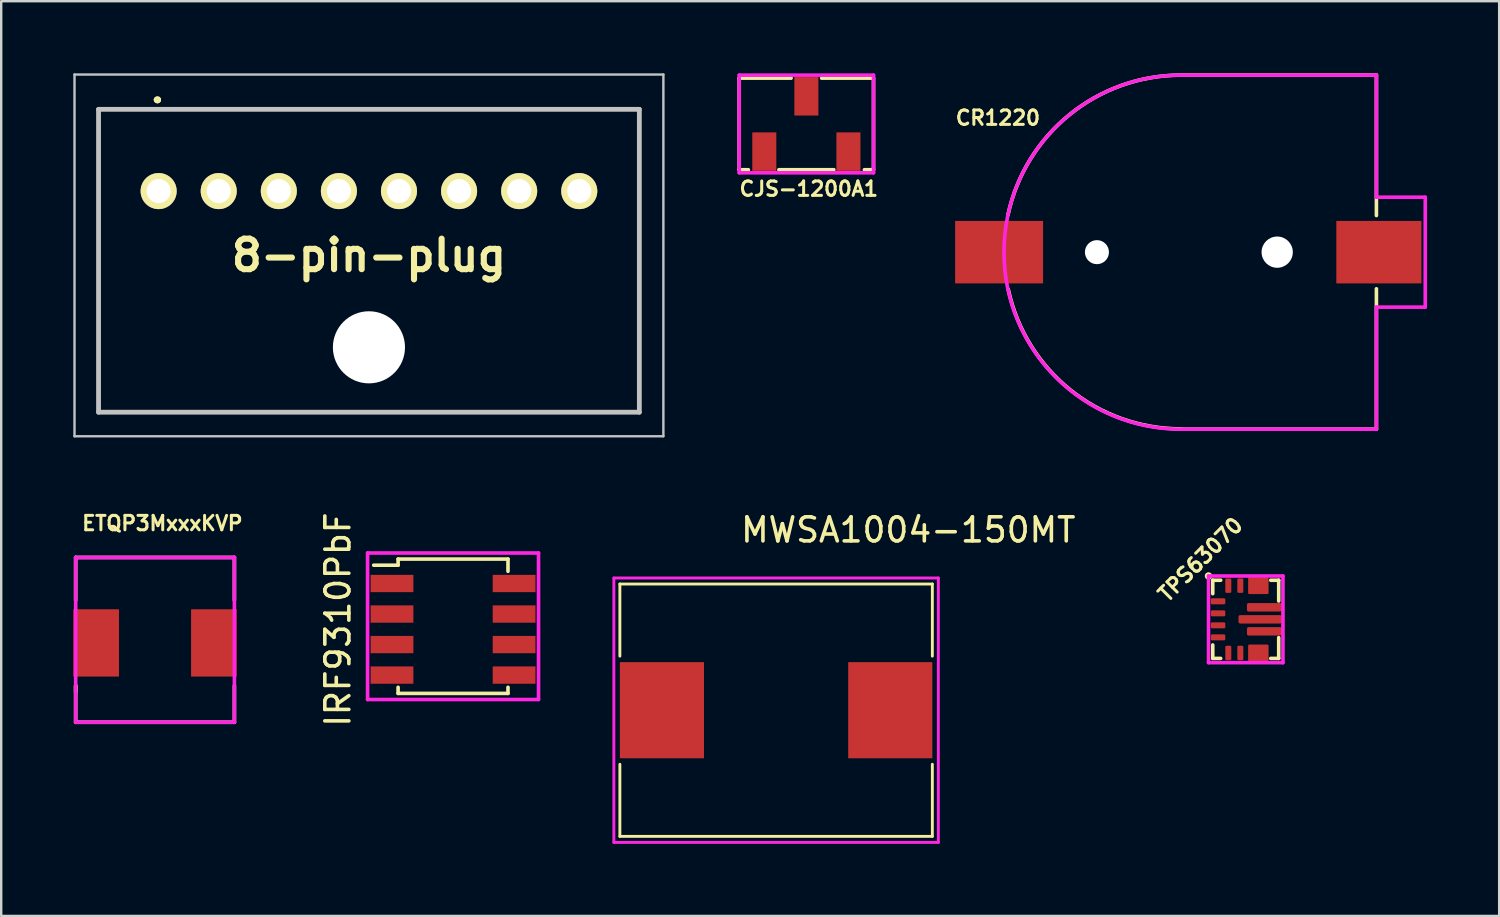
<source format=kicad_pcb>
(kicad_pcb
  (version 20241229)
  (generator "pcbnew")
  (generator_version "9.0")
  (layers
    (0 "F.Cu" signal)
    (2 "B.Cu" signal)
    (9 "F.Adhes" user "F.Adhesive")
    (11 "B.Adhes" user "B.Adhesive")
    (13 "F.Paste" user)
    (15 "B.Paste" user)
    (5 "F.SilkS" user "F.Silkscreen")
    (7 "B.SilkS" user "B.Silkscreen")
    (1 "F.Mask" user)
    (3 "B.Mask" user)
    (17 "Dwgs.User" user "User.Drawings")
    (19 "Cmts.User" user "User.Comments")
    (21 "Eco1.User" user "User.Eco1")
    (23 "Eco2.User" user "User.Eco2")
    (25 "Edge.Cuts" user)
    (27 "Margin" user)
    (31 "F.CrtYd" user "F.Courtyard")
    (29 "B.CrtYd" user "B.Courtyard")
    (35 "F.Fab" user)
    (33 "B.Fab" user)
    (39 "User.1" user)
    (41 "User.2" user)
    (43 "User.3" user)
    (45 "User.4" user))
  (footprint "TPS63070"
    (layer "F.Cu")
    (at 48.779 22.717)
    (property "Reference" "TPS63070" (at -1.882 -2.487 225) (layer "F.SilkS") (effects (font (size 0.6 0.6) (thickness 0.125))))
    (attr smd)
    (fp_line (start -1.372 -1.626) (end -1.041 -1.626) (stroke (width 0.15) (type solid)) (layer "F.SilkS"))
    (fp_line (start -1.372 -1.067) (end -1.372 -1.626) (stroke (width 0.15) (type solid)) (layer "F.SilkS"))
    (fp_line (start -1.372 1.626) (end -1.372 1.067) (stroke (width 0.15) (type solid)) (layer "F.SilkS"))
    (fp_line (start -1.041 1.626) (end -1.372 1.626) (stroke (width 0.15) (type solid)) (layer "F.SilkS"))
    (fp_line (start 1.041 -1.626) (end 1.372 -1.626) (stroke (width 0.15) (type solid)) (layer "F.SilkS"))
    (fp_line (start 1.372 -1.626) (end 1.372 -0.762) (stroke (width 0.15) (type solid)) (layer "F.SilkS"))
    (fp_line (start 1.372 0.762) (end 1.372 1.626) (stroke (width 0.15) (type solid)) (layer "F.SilkS"))
    (fp_line (start 1.372 1.626) (end 1.041 1.626) (stroke (width 0.15) (type solid)) (layer "F.SilkS"))
    (fp_circle (center -1.549 -1.803) (end -1.473 -1.829) (stroke (width 0.15) (type solid)) (fill no) (layer "F.SilkS"))
    (fp_line (start -1.549 -1.803) (end 1.549 -1.803) (stroke (width 0.15) (type solid)) (layer "F.CrtYd"))
    (fp_line (start -1.549 1.803) (end -1.549 -1.803) (stroke (width 0.15) (type solid)) (layer "F.CrtYd"))
    (fp_line (start 1.549 -1.803) (end 1.549 1.803) (stroke (width 0.15) (type solid)) (layer "F.CrtYd"))
    (fp_line (start 1.549 1.803) (end -1.549 1.803) (stroke (width 0.15) (type solid)) (layer "F.CrtYd"))
    (pad "" smd roundrect (at 0.14 0) (size 0.72 0.25) (layers "F.Paste") (roundrect_rratio 0.2))
    (pad "" smd roundrect (at 0.275 -1.4) (size 0.25 0.6) (layers "F.Mask" "F.Paste") (roundrect_rratio 0.2))
    (pad "" smd roundrect (at 0.275 1.4) (size 0.25 0.6) (layers "F.Mask" "F.Paste") (roundrect_rratio 0.2))
    (pad "" smd roundrect (at 0.388 -0.5) (size 0.575 0.25) (layers "F.Paste") (roundrect_rratio 0.2))
    (pad "" smd roundrect (at 0.388 0.5) (size 0.575 0.25) (layers "F.Paste") (roundrect_rratio 0.2))
    (pad "" smd roundrect (at 0.525 -1.225 90) (size 0.25 0.6) (layers "F.Mask" "F.Paste") (roundrect_rratio 0.2))
    (pad "" smd roundrect (at 0.525 1.225 90) (size 0.25 0.6) (layers "F.Mask" "F.Paste") (roundrect_rratio 0.2))
    (pad "" smd roundrect (at 0.6 0) (size 1.7 0.25) (layers "F.Mask") (roundrect_rratio 0.2))
    (pad "" smd roundrect (at 0.775 -1.4) (size 0.25 0.6) (layers "F.Mask" "F.Paste") (roundrect_rratio 0.2))
    (pad "" smd roundrect (at 0.775 -0.5) (size 1.35 0.25) (layers "F.Mask") (roundrect_rratio 0.2))
    (pad "" smd roundrect (at 0.775 0.5) (size 1.35 0.25) (layers "F.Mask") (roundrect_rratio 0.2))
    (pad "" smd roundrect (at 0.775 1.4) (size 0.25 0.6) (layers "F.Mask" "F.Paste") (roundrect_rratio 0.2))
    (pad "" smd roundrect (at 1.06 0) (size 0.72 0.25) (layers "F.Paste") (roundrect_rratio 0.2))
    (pad "" smd roundrect (at 1.161 -0.5) (size 0.575 0.25) (layers "F.Paste") (roundrect_rratio 0.2))
    (pad "" smd roundrect (at 1.161 0.5) (size 0.575 0.25) (layers "F.Paste") (roundrect_rratio 0.2))
    (pad "1" smd roundrect (at -1.15 -0.75) (size 0.6 0.25) (layers "F.Cu" "F.Mask" "F.Paste") (roundrect_rratio 0.2))
    (pad "2" smd roundrect (at -1.15 -0.25) (size 0.6 0.25) (layers "F.Cu" "F.Mask" "F.Paste") (roundrect_rratio 0.2))
    (pad "3" smd roundrect (at -1.15 0.25) (size 0.6 0.25) (layers "F.Cu" "F.Mask" "F.Paste") (roundrect_rratio 0.2))
    (pad "4" smd roundrect (at -1.15 0.75) (size 0.6 0.25) (layers "F.Cu" "F.Mask" "F.Paste") (roundrect_rratio 0.2))
    (pad "5" smd roundrect (at -0.725 1.4) (size 0.25 0.6) (layers "F.Cu" "F.Mask" "F.Paste") (roundrect_rratio 0.2))
    (pad "6" smd roundrect (at -0.225 1.4) (size 0.25 0.6) (layers "F.Cu" "F.Mask" "F.Paste") (roundrect_rratio 0.2))
    (pad "7" smd roundrect (at 0.525 1.4) (size 0.85 0.7) (layers "F.Cu") (roundrect_rratio 0.071))
    (pad "9" smd roundrect (at 0.775 0.5) (size 1.45 0.35) (layers "F.Cu") (roundrect_rratio 0.2))
    (pad "10" smd roundrect (at 0.6 0 180) (size 1.8 0.35) (layers "F.Cu") (roundrect_rratio 0.2))
    (pad "11" smd roundrect (at 0.775 -0.5 180) (size 1.45 0.35) (layers "F.Cu") (roundrect_rratio 0.2))
    (pad "12" smd roundrect (at 0.525 -1.4) (size 0.85 0.7) (layers "F.Cu") (roundrect_rratio 0.071))
    (pad "14" smd roundrect (at -0.225 -1.4 180) (size 0.25 0.6) (layers "F.Cu" "F.Mask" "F.Paste") (roundrect_rratio 0.2))
    (pad "15" smd roundrect (at -0.725 -1.4 180) (size 0.25 0.6) (layers "F.Cu" "F.Mask" "F.Paste") (roundrect_rratio 0.2)))
  (footprint "CJS-1200A1"
    (layer "F.Cu")
    (at 30.499 2.107)
    (property "Reference" "CJS-1200A1" (at 0.1 2.7 0) (layer "F.SilkS") (effects (font (size 0.6 0.6) (thickness 0.125))))
    (attr through_hole)
    (fp_line (start -2.794 -1.905) (end -2.794 1.905) (stroke (width 0.15) (type solid)) (layer "F.SilkS"))
    (fp_line (start -2.794 1.905) (end -2.413 1.905) (stroke (width 0.15) (type solid)) (layer "F.SilkS"))
    (fp_line (start -0.635 -1.905) (end -2.794 -1.905) (stroke (width 0.15) (type solid)) (layer "F.SilkS"))
    (fp_line (start 1.143 1.905) (end -1.143 1.905) (stroke (width 0.15) (type solid)) (layer "F.SilkS"))
    (fp_line (start 2.794 -1.905) (end 0.635 -1.905) (stroke (width 0.15) (type solid)) (layer "F.SilkS"))
    (fp_line (start 2.794 1.905) (end 2.413 1.905) (stroke (width 0.15) (type solid)) (layer "F.SilkS"))
    (fp_line (start 2.794 1.905) (end 2.794 -1.905) (stroke (width 0.15) (type solid)) (layer "F.SilkS"))
    (fp_line (start -2.794 -2.032) (end -2.794 2.032) (stroke (width 0.15) (type solid)) (layer "F.CrtYd"))
    (fp_line (start -2.794 2.032) (end 2.794 2.032) (stroke (width 0.15) (type solid)) (layer "F.CrtYd"))
    (fp_line (start 2.794 -2.032) (end -2.794 -2.032) (stroke (width 0.15) (type solid)) (layer "F.CrtYd"))
    (fp_line (start 2.794 2.032) (end 2.794 -2.032) (stroke (width 0.15) (type solid)) (layer "F.CrtYd"))
    (pad "1" smd rect (at -1.75 1.15) (size 1 1.6) (layers "F.Cu" "F.Mask" "F.Paste"))
    (pad "2" smd rect (at 0 -1.15) (size 1 1.6) (layers "F.Cu" "F.Mask" "F.Paste"))
    (pad "3" smd rect (at 1.75 1.15) (size 1 1.6) (layers "F.Cu" "F.Mask" "F.Paste")))
  (footprint "8-pin-plug"
    (layer "F.Cu")
    (at 3.55 4.9)
    (property "Reference" "8-pin-plug" (at 8.75 2.675 0) (layer "F.SilkS") (effects (font (size 1.27 1.27) (thickness 0.254))))
    (attr through_hole)
    (fp_line (start -2.5 -3.4) (end 20 -3.4) (stroke (width 0.1) (type solid)) (layer "F.SilkS"))
    (fp_line (start -2.5 9.2) (end -2.5 -3.4) (stroke (width 0.1) (type solid)) (layer "F.SilkS"))
    (fp_line (start -0.1 -3.8) (end -0.1 -3.8) (stroke (width 0.2) (type solid)) (layer "F.SilkS"))
    (fp_line (start -0.1 -3.8) (end -0.1 -3.8) (stroke (width 0.2) (type solid)) (layer "F.SilkS"))
    (fp_line (start 0 -3.8) (end 0 -3.8) (stroke (width 0.2) (type solid)) (layer "F.SilkS"))
    (fp_line (start 20 -3.4) (end 20 9.2) (stroke (width 0.1) (type solid)) (layer "F.SilkS"))
    (fp_line (start 20 9.2) (end -2.5 9.2) (stroke (width 0.1) (type solid)) (layer "F.SilkS"))
    (fp_arc (start -0.1 -3.8) (mid -0.05 -3.85) (end 0 -3.8) (stroke (width 0.2) (type solid)) (layer "F.SilkS"))
    (fp_arc (start 0 -3.8) (mid -0.05 -3.75) (end -0.1 -3.8) (stroke (width 0.2) (type solid)) (layer "F.SilkS"))
    (fp_arc (start 0 -3.8) (mid -0.05 -3.75) (end -0.1 -3.8) (stroke (width 0.2) (type solid)) (layer "F.SilkS"))
    (fp_line (start -3.5 -4.85) (end 21 -4.85) (stroke (width 0.1) (type solid)) (layer "Dwgs.User"))
    (fp_line (start -3.5 10.2) (end -3.5 -4.85) (stroke (width 0.1) (type solid)) (layer "Dwgs.User"))
    (fp_line (start -2.5 -3.4) (end -2.5 9.2) (stroke (width 0.2) (type solid)) (layer "Dwgs.User"))
    (fp_line (start -2.5 9.2) (end 20 9.2) (stroke (width 0.2) (type solid)) (layer "Dwgs.User"))
    (fp_line (start 20 -3.4) (end -2.5 -3.4) (stroke (width 0.2) (type solid)) (layer "Dwgs.User"))
    (fp_line (start 20 9.2) (end 20 -3.4) (stroke (width 0.2) (type solid)) (layer "Dwgs.User"))
    (fp_line (start 21 -4.85) (end 21 10.2) (stroke (width 0.1) (type solid)) (layer "Dwgs.User"))
    (fp_line (start 21 10.2) (end -3.5 10.2) (stroke (width 0.1) (type solid)) (layer "Dwgs.User"))
    (pad "" np_thru_hole circle (at 8.75 6.5 90) (size 3 3) (drill 3) (layers "*.Cu" "*.Mask"))
    (pad "1" thru_hole circle (at 0 0 90) (size 1.5 1.5) (drill 1) (layers "*.Cu" "*.Mask" "F.SilkS"))
    (pad "2" thru_hole circle (at 2.5 0 90) (size 1.5 1.5) (drill 1) (layers "*.Cu" "*.Mask" "F.SilkS"))
    (pad "3" thru_hole circle (at 5 0 90) (size 1.5 1.5) (drill 1) (layers "*.Cu" "*.Mask" "F.SilkS"))
    (pad "4" thru_hole circle (at 7.5 0 90) (size 1.5 1.5) (drill 1) (layers "*.Cu" "*.Mask" "F.SilkS"))
    (pad "5" thru_hole circle (at 10 0 90) (size 1.5 1.5) (drill 1) (layers "*.Cu" "*.Mask" "F.SilkS"))
    (pad "6" thru_hole circle (at 12.5 0 90) (size 1.5 1.5) (drill 1) (layers "*.Cu" "*.Mask" "F.SilkS"))
    (pad "7" thru_hole circle (at 15 0 90) (size 1.5 1.5) (drill 1) (layers "*.Cu" "*.Mask" "F.SilkS"))
    (pad "8" thru_hole circle (at 17.5 0 90) (size 1.5 1.5) (drill 1) (layers "*.Cu" "*.Mask" "F.SilkS")))
  (footprint "CR1220"
    (layer "F.Cu")
    (at 46.088 7.441)
    (property "Reference" "CR1220" (at -7.62 -5.588 0) (layer "F.SilkS") (effects (font (size 0.6 0.6) (thickness 0.125))))
    (attr through_hole)
    (fp_line (start 0 -7.366) (end 8.128 -7.366) (stroke (width 0.15) (type solid)) (layer "F.SilkS"))
    (fp_line (start 8.128 -7.366) (end 8.128 -1.524) (stroke (width 0.15) (type solid)) (layer "F.SilkS"))
    (fp_line (start 8.128 1.524) (end 8.128 7.366) (stroke (width 0.15) (type solid)) (layer "F.SilkS"))
    (fp_line (start 8.128 7.366) (end 0 7.366) (stroke (width 0.15) (type solid)) (layer "F.SilkS"))
    (fp_arc (start -7.202493 -1.543391) (mid -4.630839 -5.728289) (end 0 -7.366) (stroke (width 0.15) (type solid)) (layer "F.SilkS"))
    (fp_arc (start 0 7.353289) (mid -4.619398 5.721191) (end -7.1882 1.5494) (stroke (width 0.15) (type solid)) (layer "F.SilkS"))
    (fp_line (start 8.128 -7.366) (end 0 -7.366) (stroke (width 0.15) (type solid)) (layer "F.CrtYd"))
    (fp_line (start 8.128 -7.366) (end 8.128 -2.286) (stroke (width 0.15) (type solid)) (layer "F.CrtYd"))
    (fp_line (start 8.128 -2.286) (end 10.16 -2.286) (stroke (width 0.15) (type solid)) (layer "F.CrtYd"))
    (fp_line (start 8.128 2.286) (end 8.128 7.366) (stroke (width 0.15) (type solid)) (layer "F.CrtYd"))
    (fp_line (start 8.128 7.366) (end 0 7.366) (stroke (width 0.15) (type solid)) (layer "F.CrtYd"))
    (fp_line (start 10.16 -2.286) (end 10.16 2.286) (stroke (width 0.15) (type solid)) (layer "F.CrtYd"))
    (fp_line (start 10.16 2.286) (end 8.128 2.286) (stroke (width 0.15) (type solid)) (layer "F.CrtYd"))
    (fp_arc (start 0 7.366) (mid -7.366 0) (end 0 -7.366) (stroke (width 0.15) (type solid)) (layer "F.CrtYd"))
    (pad "" np_thru_hole circle (at -3.5 0) (size 1 1) (drill 1) (layers "*.Cu" "*.Mask"))
    (pad "" np_thru_hole circle (at 4 0) (size 1.3 1.3) (drill 1.3) (layers "*.Cu" "*.Mask"))
    (pad "1" smd rect (at 8.23 0) (size 3.54 2.6) (layers "F.Cu" "F.Mask" "F.Paste"))
    (pad "2" smd rect (at -7.57 0) (size 3.66 2.6) (layers "F.Cu" "F.Mask" "F.Paste")))
  (footprint "ETQP3MxxxKVP"
    (layer "F.Cu")
    (at 3.4 23.699)
    (property "Reference" "ETQP3MxxxKVP" (at 0.305 -4.978 0) (layer "F.SilkS") (effects (font (size 0.6 0.6) (thickness 0.125))))
    (attr through_hole)
    (fp_line (start -3.302 -3.556) (end 3.302 -3.556) (stroke (width 0.15) (type solid)) (layer "F.SilkS"))
    (fp_line (start -3.302 -1.778) (end -3.302 -3.556) (stroke (width 0.15) (type solid)) (layer "F.SilkS"))
    (fp_line (start -3.302 1.778) (end -3.302 2.032) (stroke (width 0.15) (type solid)) (layer "F.SilkS"))
    (fp_line (start -3.302 3.302) (end -3.302 1.778) (stroke (width 0.15) (type solid)) (layer "F.SilkS"))
    (fp_line (start 3.302 -3.556) (end 3.302 -1.778) (stroke (width 0.15) (type solid)) (layer "F.SilkS"))
    (fp_line (start 3.302 1.778) (end 3.302 3.302) (stroke (width 0.15) (type solid)) (layer "F.SilkS"))
    (fp_line (start 3.302 3.302) (end -3.302 3.302) (stroke (width 0.15) (type solid)) (layer "F.SilkS"))
    (fp_line (start -3.302 -3.556) (end -3.302 3.302) (stroke (width 0.15) (type solid)) (layer "F.CrtYd"))
    (fp_line (start -3.302 3.302) (end 3.302 3.302) (stroke (width 0.15) (type solid)) (layer "F.CrtYd"))
    (fp_line (start 3.302 -3.556) (end -3.302 -3.556) (stroke (width 0.15) (type solid)) (layer "F.CrtYd"))
    (fp_line (start 3.302 3.302) (end 3.302 -3.556) (stroke (width 0.15) (type solid)) (layer "F.CrtYd"))
    (pad "1" smd rect (at -2.45 0) (size 1.9 2.8) (layers "F.Cu" "F.Mask" "F.Paste"))
    (pad "2" smd rect (at 2.45 0) (size 1.9 2.8) (layers "F.Cu" "F.Mask" "F.Paste")))
  (footprint "MWSA1004-150MT"
    (layer "F.Cu")
    (at 29.24 26.498)
    (property "Reference" "MWSA1004-150MT" (at 5.5 -7.5 0) (layer "F.SilkS") (effects (font (size 1 1) (thickness 0.15))))
    (attr through_hole)
    (fp_line (start -6.5 -5.25) (end 6.5 -5.25) (stroke (width 0.12) (type solid)) (layer "F.SilkS"))
    (fp_line (start -6.5 -2.25) (end -6.5 -5.25) (stroke (width 0.12) (type solid)) (layer "F.SilkS"))
    (fp_line (start -6.5 5.25) (end -6.5 2.25) (stroke (width 0.12) (type solid)) (layer "F.SilkS"))
    (fp_line (start 6.5 -5.25) (end 6.5 -2.25) (stroke (width 0.12) (type solid)) (layer "F.SilkS"))
    (fp_line (start 6.5 2.25) (end 6.5 5.25) (stroke (width 0.12) (type solid)) (layer "F.SilkS"))
    (fp_line (start 6.5 5.25) (end -6.5 5.25) (stroke (width 0.12) (type solid)) (layer "F.SilkS"))
    (fp_line (start -6.75 -5.5) (end 6.75 -5.5) (stroke (width 0.12) (type solid)) (layer "F.CrtYd"))
    (fp_line (start -6.75 5.5) (end -6.75 -5.5) (stroke (width 0.12) (type solid)) (layer "F.CrtYd"))
    (fp_line (start 6.75 -5.5) (end 6.75 5.5) (stroke (width 0.12) (type solid)) (layer "F.CrtYd"))
    (fp_line (start 6.75 5.5) (end -6.75 5.5) (stroke (width 0.12) (type solid)) (layer "F.CrtYd"))
    (pad "1" smd rect (at -4.75 0) (size 3.5 4) (layers "F.Cu" "F.Mask" "F.Paste"))
    (pad "2" smd rect (at 4.75 0) (size 3.5 4) (layers "F.Cu" "F.Mask" "F.Paste")))
  (footprint "IRF9310PbF"
    (layer "F.Cu")
    (at 13.259 21.227)
    (property "Reference" "IRF9310PbF" (at -2.25 1.5 270) (layer "F.SilkS") (effects (font (size 1 1) (thickness 0.15))))
    (attr smd)
    (fp_line (start -0.762 -0.762) (end 0.254 -0.762) (stroke (width 0.15) (type solid)) (layer "F.SilkS"))
    (fp_line (start 0.254 -1.016) (end 4.826 -1.016) (stroke (width 0.15) (type solid)) (layer "F.SilkS"))
    (fp_line (start 0.254 -0.762) (end 0.254 -1.016) (stroke (width 0.15) (type solid)) (layer "F.SilkS"))
    (fp_line (start 0.254 4.572) (end 0.254 4.318) (stroke (width 0.15) (type solid)) (layer "F.SilkS"))
    (fp_line (start 4.826 -1.016) (end 4.826 -0.508) (stroke (width 0.15) (type solid)) (layer "F.SilkS"))
    (fp_line (start 4.826 4.318) (end 4.826 4.572) (stroke (width 0.15) (type solid)) (layer "F.SilkS"))
    (fp_line (start 4.826 4.572) (end 0.254 4.572) (stroke (width 0.15) (type solid)) (layer "F.SilkS"))
    (fp_line (start -1.016 -1.27) (end 6.096 -1.27) (stroke (width 0.15) (type solid)) (layer "F.CrtYd"))
    (fp_line (start -1.016 4.826) (end -1.016 -1.27) (stroke (width 0.15) (type solid)) (layer "F.CrtYd"))
    (fp_line (start 6.096 -1.27) (end 6.096 4.826) (stroke (width 0.15) (type solid)) (layer "F.CrtYd"))
    (fp_line (start 6.096 4.826) (end -1.016 4.826) (stroke (width 0.15) (type solid)) (layer "F.CrtYd"))
    (pad "1" smd rect (at 5.08 0) (size 1.78 0.72) (layers "F.Cu" "F.Mask" "F.Paste"))
    (pad "1" smd rect (at 5.08 1.27) (size 1.78 0.72) (layers "F.Cu" "F.Mask" "F.Paste"))
    (pad "1" smd rect (at 5.08 2.54) (size 1.78 0.72) (layers "F.Cu" "F.Mask" "F.Paste"))
    (pad "1" smd rect (at 5.08 3.81) (size 1.78 0.72) (layers "F.Cu" "F.Mask" "F.Paste"))
    (pad "2" smd rect (at 0 3.81) (size 1.78 0.72) (layers "F.Cu" "F.Mask" "F.Paste"))
    (pad "3" smd rect (at 0 0) (size 1.78 0.72) (layers "F.Cu" "F.Mask" "F.Paste"))
    (pad "3" smd rect (at 0 1.27) (size 1.78 0.72) (layers "F.Cu" "F.Mask" "F.Paste"))
    (pad "3" smd rect (at 0 2.54) (size 1.78 0.72) (layers "F.Cu" "F.Mask" "F.Paste")))
  (gr_rect
    (start -3 -3)
    (end 59.323 35.058)
    (stroke (width 0.1) (type default))
    (fill no)
    (layer "Edge.Cuts")))
</source>
